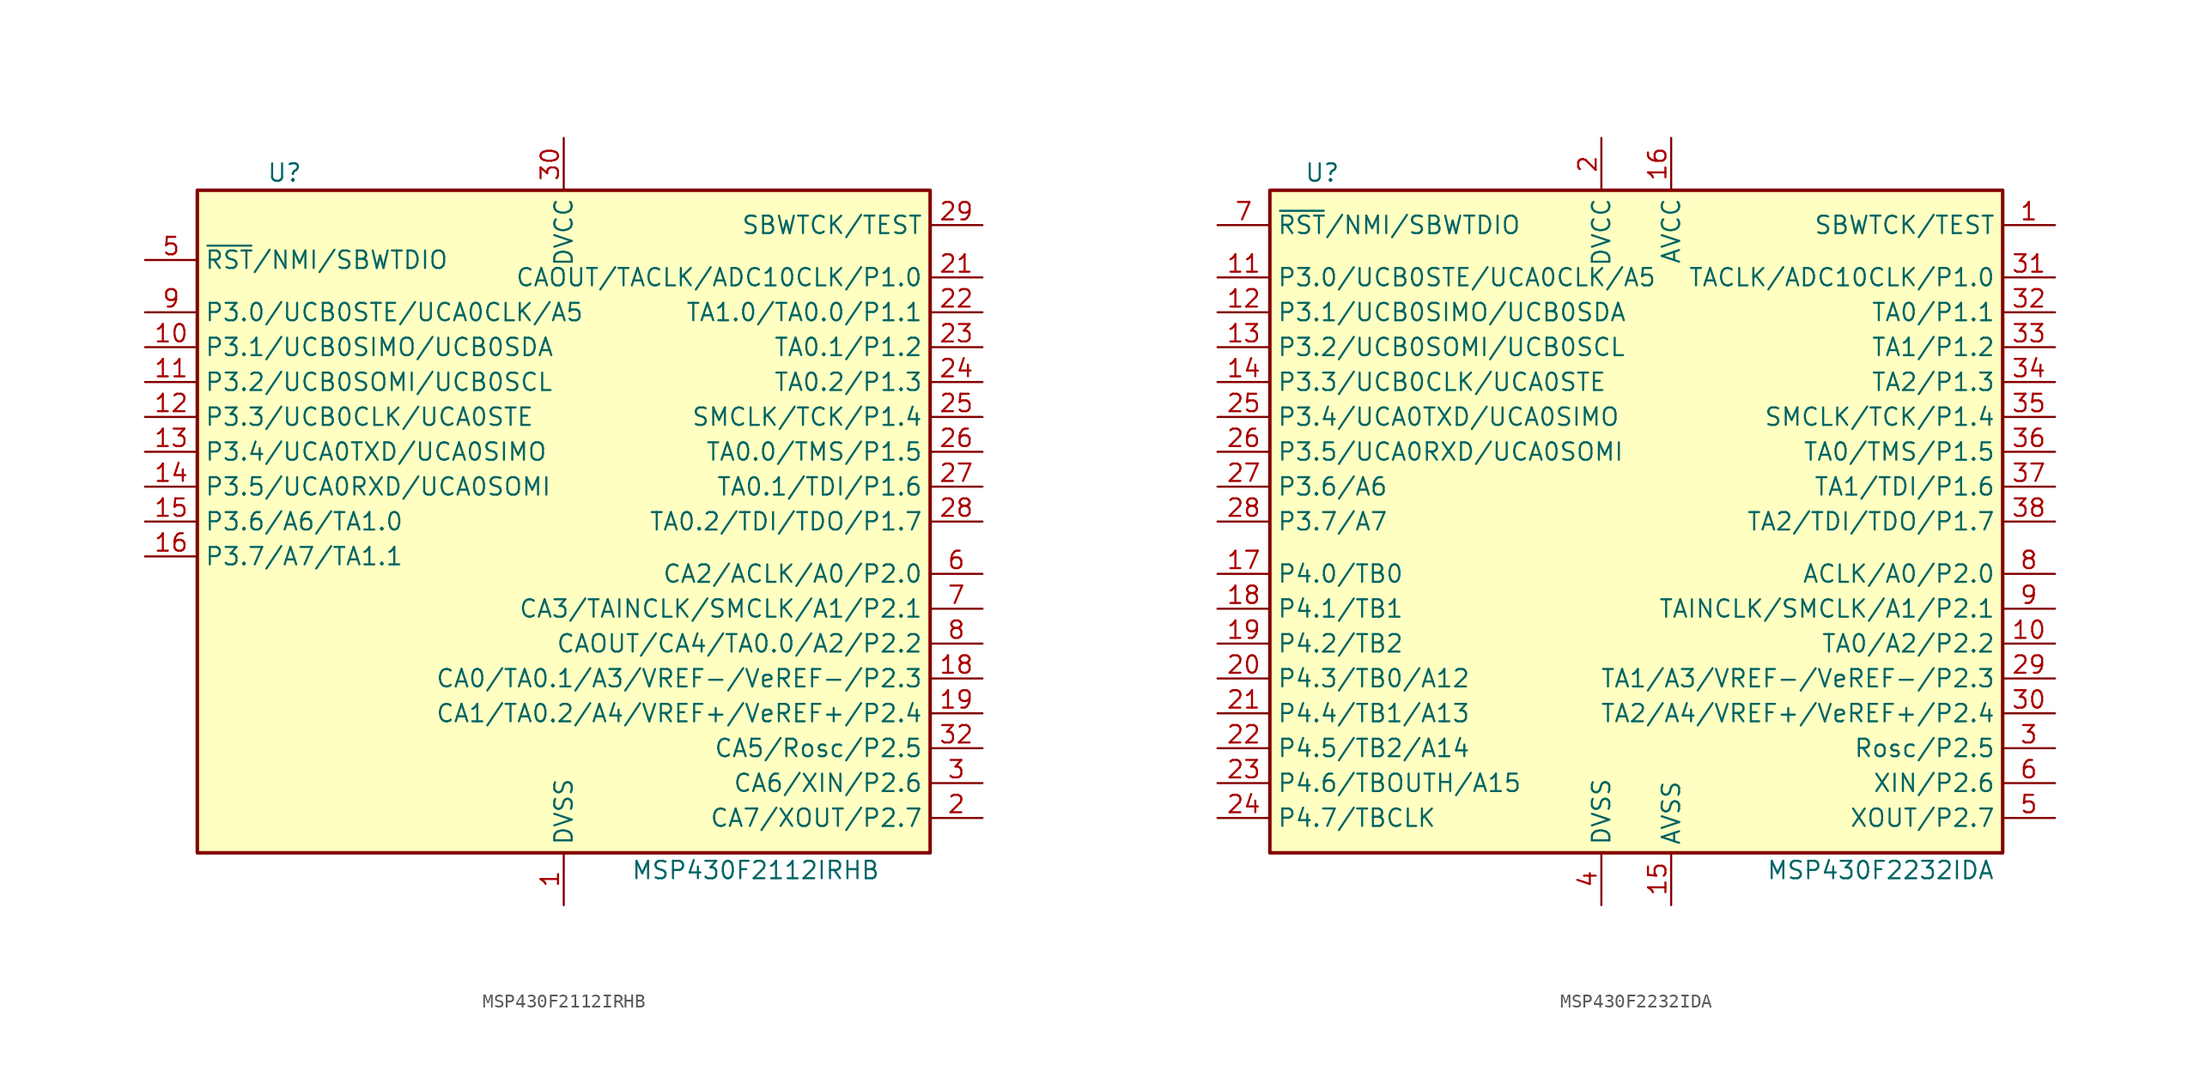
<source format=kicad_sym>
(kicad_symbol_lib
  (version 20231120)
  (generator "kicad_symbol_editor")
  (generator_version "8.0")
  (symbol "MSP430F2112IRHB"
    (property "Reference" "U"
      (at -20.32 25.4 0)
      (effects (font (size 1.27 1.27))))
    (property "Value" "MSP430F2112IRHB"
      (at 13.97 -25.4 0)
      (effects (font (size 1.27 1.27))))
    (symbol "MSP430F2112IRHB_0_1"
      (rectangle (start -26.67 24.13) (end 26.67 -24.13) (stroke (width 0.254) (type default)) (fill (type background))))
    (symbol "MSP430F2112IRHB_1_1"
      (pin power_in line (at 0 -27.94 90) (length 3.81) (name "DVSS" (effects (font (size 1.27 1.27)))) (number "1" (effects (font (size 1.27 1.27)))))
      (pin bidirectional line (at -30.48 12.7 0) (length 3.81) (name "P3.1/UCB0SIMO/UCB0SDA" (effects (font (size 1.27 1.27)))) (number "10" (effects (font (size 1.27 1.27)))))
      (pin bidirectional line (at -30.48 10.16 0) (length 3.81) (name "P3.2/UCB0SOMI/UCB0SCL" (effects (font (size 1.27 1.27)))) (number "11" (effects (font (size 1.27 1.27)))))
      (pin bidirectional line (at -30.48 7.62 0) (length 3.81) (name "P3.3/UCB0CLK/UCA0STE" (effects (font (size 1.27 1.27)))) (number "12" (effects (font (size 1.27 1.27)))))
      (pin bidirectional line (at -30.48 5.08 0) (length 3.81) (name "P3.4/UCA0TXD/UCA0SIMO" (effects (font (size 1.27 1.27)))) (number "13" (effects (font (size 1.27 1.27)))))
      (pin bidirectional line (at -30.48 2.54 0) (length 3.81) (name "P3.5/UCA0RXD/UCA0SOMI" (effects (font (size 1.27 1.27)))) (number "14" (effects (font (size 1.27 1.27)))))
      (pin bidirectional line (at -30.48 0 0) (length 3.81) (name "P3.6/A6/TA1.0" (effects (font (size 1.27 1.27)))) (number "15" (effects (font (size 1.27 1.27)))))
      (pin bidirectional line (at -30.48 -2.54 0) (length 3.81) (name "P3.7/A7/TA1.1" (effects (font (size 1.27 1.27)))) (number "16" (effects (font (size 1.27 1.27)))))
      (pin bidirectional line (at 30.48 -11.43 180) (length 3.81) (name "CA0/TA0.1/A3/VREF-/VeREF-/P2.3" (effects (font (size 1.27 1.27)))) (number "18" (effects (font (size 1.27 1.27)))))
      (pin bidirectional line (at 30.48 -13.97 180) (length 3.81) (name "CA1/TA0.2/A4/VREF+/VeREF+/P2.4" (effects (font (size 1.27 1.27)))) (number "19" (effects (font (size 1.27 1.27)))))
      (pin bidirectional line (at 30.48 -21.59 180) (length 3.81) (name "CA7/XOUT/P2.7" (effects (font (size 1.27 1.27)))) (number "2" (effects (font (size 1.27 1.27)))))
      (pin bidirectional line (at 30.48 17.78 180) (length 3.81) (name "CAOUT/TACLK/ADC10CLK/P1.0" (effects (font (size 1.27 1.27)))) (number "21" (effects (font (size 1.27 1.27)))))
      (pin bidirectional line (at 30.48 15.24 180) (length 3.81) (name "TA1.0/TA0.0/P1.1" (effects (font (size 1.27 1.27)))) (number "22" (effects (font (size 1.27 1.27)))))
      (pin bidirectional line (at 30.48 12.7 180) (length 3.81) (name "TA0.1/P1.2" (effects (font (size 1.27 1.27)))) (number "23" (effects (font (size 1.27 1.27)))))
      (pin bidirectional line (at 30.48 10.16 180) (length 3.81) (name "TA0.2/P1.3" (effects (font (size 1.27 1.27)))) (number "24" (effects (font (size 1.27 1.27)))))
      (pin bidirectional line (at 30.48 7.62 180) (length 3.81) (name "SMCLK/TCK/P1.4" (effects (font (size 1.27 1.27)))) (number "25" (effects (font (size 1.27 1.27)))))
      (pin bidirectional line (at 30.48 5.08 180) (length 3.81) (name "TA0.0/TMS/P1.5" (effects (font (size 1.27 1.27)))) (number "26" (effects (font (size 1.27 1.27)))))
      (pin bidirectional line (at 30.48 2.54 180) (length 3.81) (name "TA0.1/TDI/P1.6" (effects (font (size 1.27 1.27)))) (number "27" (effects (font (size 1.27 1.27)))))
      (pin bidirectional line (at 30.48 0 180) (length 3.81) (name "TA0.2/TDI/TDO/P1.7" (effects (font (size 1.27 1.27)))) (number "28" (effects (font (size 1.27 1.27)))))
      (pin input line (at 30.48 21.59 180) (length 3.81) (name "SBWTCK/TEST" (effects (font (size 1.27 1.27)))) (number "29" (effects (font (size 1.27 1.27)))))
      (pin bidirectional line (at 30.48 -19.05 180) (length 3.81) (name "CA6/XIN/P2.6" (effects (font (size 1.27 1.27)))) (number "3" (effects (font (size 1.27 1.27)))))
      (pin power_in line (at 0 27.94 270) (length 3.81) (name "DVCC" (effects (font (size 1.27 1.27)))) (number "30" (effects (font (size 1.27 1.27)))))
      (pin bidirectional line (at 30.48 -16.51 180) (length 3.81) (name "CA5/Rosc/P2.5" (effects (font (size 1.27 1.27)))) (number "32" (effects (font (size 1.27 1.27)))))
      (pin bidirectional line (at -30.48 19.05 0) (length 3.81) (name "~{RST}/NMI/SBWTDIO" (effects (font (size 1.27 1.27)))) (number "5" (effects (font (size 1.27 1.27)))))
      (pin bidirectional line (at 30.48 -3.81 180) (length 3.81) (name "CA2/ACLK/A0/P2.0" (effects (font (size 1.27 1.27)))) (number "6" (effects (font (size 1.27 1.27)))))
      (pin bidirectional line (at 30.48 -6.35 180) (length 3.81) (name "CA3/TAINCLK/SMCLK/A1/P2.1" (effects (font (size 1.27 1.27)))) (number "7" (effects (font (size 1.27 1.27)))))
      (pin bidirectional line (at 30.48 -8.89 180) (length 3.81) (name "CAOUT/CA4/TA0.0/A2/P2.2" (effects (font (size 1.27 1.27)))) (number "8" (effects (font (size 1.27 1.27)))))
      (pin bidirectional line (at -30.48 15.24 0) (length 3.81) (name "P3.0/UCB0STE/UCA0CLK/A5" (effects (font (size 1.27 1.27)))) (number "9" (effects (font (size 1.27 1.27)))))))
  (symbol "MSP430F2232IDA"
    (property "Reference" "U"
      (at -22.86 25.4 0)
      (effects (font (size 1.27 1.27))))
    (property "Value" "MSP430F2232IDA"
      (at 17.78 -25.4 0)
      (effects (font (size 1.27 1.27))))
    (symbol "MSP430F2232IDA_0_1"
      (rectangle (start -26.67 24.13) (end 26.67 -24.13) (stroke (width 0.254) (type default)) (fill (type background))))
    (symbol "MSP430F2232IDA_1_1"
      (pin input line (at 30.48 21.59 180) (length 3.81) (name "SBWTCK/TEST" (effects (font (size 1.27 1.27)))) (number "1" (effects (font (size 1.27 1.27)))))
      (pin bidirectional line (at 30.48 -8.89 180) (length 3.81) (name "TA0/A2/P2.2" (effects (font (size 1.27 1.27)))) (number "10" (effects (font (size 1.27 1.27)))))
      (pin bidirectional line (at -30.48 17.78 0) (length 3.81) (name "P3.0/UCB0STE/UCA0CLK/A5" (effects (font (size 1.27 1.27)))) (number "11" (effects (font (size 1.27 1.27)))))
      (pin bidirectional line (at -30.48 15.24 0) (length 3.81) (name "P3.1/UCB0SIMO/UCB0SDA" (effects (font (size 1.27 1.27)))) (number "12" (effects (font (size 1.27 1.27)))))
      (pin bidirectional line (at -30.48 12.7 0) (length 3.81) (name "P3.2/UCB0SOMI/UCB0SCL" (effects (font (size 1.27 1.27)))) (number "13" (effects (font (size 1.27 1.27)))))
      (pin bidirectional line (at -30.48 10.16 0) (length 3.81) (name "P3.3/UCB0CLK/UCA0STE" (effects (font (size 1.27 1.27)))) (number "14" (effects (font (size 1.27 1.27)))))
      (pin power_in line (at 2.54 -27.94 90) (length 3.81) (name "AVSS" (effects (font (size 1.27 1.27)))) (number "15" (effects (font (size 1.27 1.27)))))
      (pin power_in line (at 2.54 27.94 270) (length 3.81) (name "AVCC" (effects (font (size 1.27 1.27)))) (number "16" (effects (font (size 1.27 1.27)))))
      (pin bidirectional line (at -30.48 -3.81 0) (length 3.81) (name "P4.0/TB0" (effects (font (size 1.27 1.27)))) (number "17" (effects (font (size 1.27 1.27)))))
      (pin bidirectional line (at -30.48 -6.35 0) (length 3.81) (name "P4.1/TB1" (effects (font (size 1.27 1.27)))) (number "18" (effects (font (size 1.27 1.27)))))
      (pin bidirectional line (at -30.48 -8.89 0) (length 3.81) (name "P4.2/TB2" (effects (font (size 1.27 1.27)))) (number "19" (effects (font (size 1.27 1.27)))))
      (pin power_in line (at -2.54 27.94 270) (length 3.81) (name "DVCC" (effects (font (size 1.27 1.27)))) (number "2" (effects (font (size 1.27 1.27)))))
      (pin bidirectional line (at -30.48 -11.43 0) (length 3.81) (name "P4.3/TB0/A12" (effects (font (size 1.27 1.27)))) (number "20" (effects (font (size 1.27 1.27)))))
      (pin bidirectional line (at -30.48 -13.97 0) (length 3.81) (name "P4.4/TB1/A13" (effects (font (size 1.27 1.27)))) (number "21" (effects (font (size 1.27 1.27)))))
      (pin bidirectional line (at -30.48 -16.51 0) (length 3.81) (name "P4.5/TB2/A14" (effects (font (size 1.27 1.27)))) (number "22" (effects (font (size 1.27 1.27)))))
      (pin bidirectional line (at -30.48 -19.05 0) (length 3.81) (name "P4.6/TBOUTH/A15" (effects (font (size 1.27 1.27)))) (number "23" (effects (font (size 1.27 1.27)))))
      (pin bidirectional line (at -30.48 -21.59 0) (length 3.81) (name "P4.7/TBCLK" (effects (font (size 1.27 1.27)))) (number "24" (effects (font (size 1.27 1.27)))))
      (pin bidirectional line (at -30.48 7.62 0) (length 3.81) (name "P3.4/UCA0TXD/UCA0SIMO" (effects (font (size 1.27 1.27)))) (number "25" (effects (font (size 1.27 1.27)))))
      (pin bidirectional line (at -30.48 5.08 0) (length 3.81) (name "P3.5/UCA0RXD/UCA0SOMI" (effects (font (size 1.27 1.27)))) (number "26" (effects (font (size 1.27 1.27)))))
      (pin bidirectional line (at -30.48 2.54 0) (length 3.81) (name "P3.6/A6" (effects (font (size 1.27 1.27)))) (number "27" (effects (font (size 1.27 1.27)))))
      (pin bidirectional line (at -30.48 0 0) (length 3.81) (name "P3.7/A7" (effects (font (size 1.27 1.27)))) (number "28" (effects (font (size 1.27 1.27)))))
      (pin bidirectional line (at 30.48 -11.43 180) (length 3.81) (name "TA1/A3/VREF-/VeREF-/P2.3" (effects (font (size 1.27 1.27)))) (number "29" (effects (font (size 1.27 1.27)))))
      (pin bidirectional line (at 30.48 -16.51 180) (length 3.81) (name "Rosc/P2.5" (effects (font (size 1.27 1.27)))) (number "3" (effects (font (size 1.27 1.27)))))
      (pin bidirectional line (at 30.48 -13.97 180) (length 3.81) (name "TA2/A4/VREF+/VeREF+/P2.4" (effects (font (size 1.27 1.27)))) (number "30" (effects (font (size 1.27 1.27)))))
      (pin bidirectional line (at 30.48 17.78 180) (length 3.81) (name "TACLK/ADC10CLK/P1.0" (effects (font (size 1.27 1.27)))) (number "31" (effects (font (size 1.27 1.27)))))
      (pin bidirectional line (at 30.48 15.24 180) (length 3.81) (name "TA0/P1.1" (effects (font (size 1.27 1.27)))) (number "32" (effects (font (size 1.27 1.27)))))
      (pin bidirectional line (at 30.48 12.7 180) (length 3.81) (name "TA1/P1.2" (effects (font (size 1.27 1.27)))) (number "33" (effects (font (size 1.27 1.27)))))
      (pin bidirectional line (at 30.48 10.16 180) (length 3.81) (name "TA2/P1.3" (effects (font (size 1.27 1.27)))) (number "34" (effects (font (size 1.27 1.27)))))
      (pin bidirectional line (at 30.48 7.62 180) (length 3.81) (name "SMCLK/TCK/P1.4" (effects (font (size 1.27 1.27)))) (number "35" (effects (font (size 1.27 1.27)))))
      (pin bidirectional line (at 30.48 5.08 180) (length 3.81) (name "TA0/TMS/P1.5" (effects (font (size 1.27 1.27)))) (number "36" (effects (font (size 1.27 1.27)))))
      (pin bidirectional line (at 30.48 2.54 180) (length 3.81) (name "TA1/TDI/P1.6" (effects (font (size 1.27 1.27)))) (number "37" (effects (font (size 1.27 1.27)))))
      (pin bidirectional line (at 30.48 0 180) (length 3.81) (name "TA2/TDI/TDO/P1.7" (effects (font (size 1.27 1.27)))) (number "38" (effects (font (size 1.27 1.27)))))
      (pin power_in line (at -2.54 -27.94 90) (length 3.81) (name "DVSS" (effects (font (size 1.27 1.27)))) (number "4" (effects (font (size 1.27 1.27)))))
      (pin bidirectional line (at 30.48 -21.59 180) (length 3.81) (name "XOUT/P2.7" (effects (font (size 1.27 1.27)))) (number "5" (effects (font (size 1.27 1.27)))))
      (pin bidirectional line (at 30.48 -19.05 180) (length 3.81) (name "XIN/P2.6" (effects (font (size 1.27 1.27)))) (number "6" (effects (font (size 1.27 1.27)))))
      (pin bidirectional line (at -30.48 21.59 0) (length 3.81) (name "~{RST}/NMI/SBWTDIO" (effects (font (size 1.27 1.27)))) (number "7" (effects (font (size 1.27 1.27)))))
      (pin bidirectional line (at 30.48 -3.81 180) (length 3.81) (name "ACLK/A0/P2.0" (effects (font (size 1.27 1.27)))) (number "8" (effects (font (size 1.27 1.27)))))
      (pin bidirectional line (at 30.48 -6.35 180) (length 3.81) (name "TAINCLK/SMCLK/A1/P2.1" (effects (font (size 1.27 1.27)))) (number "9" (effects (font (size 1.27 1.27))))))))
</source>
